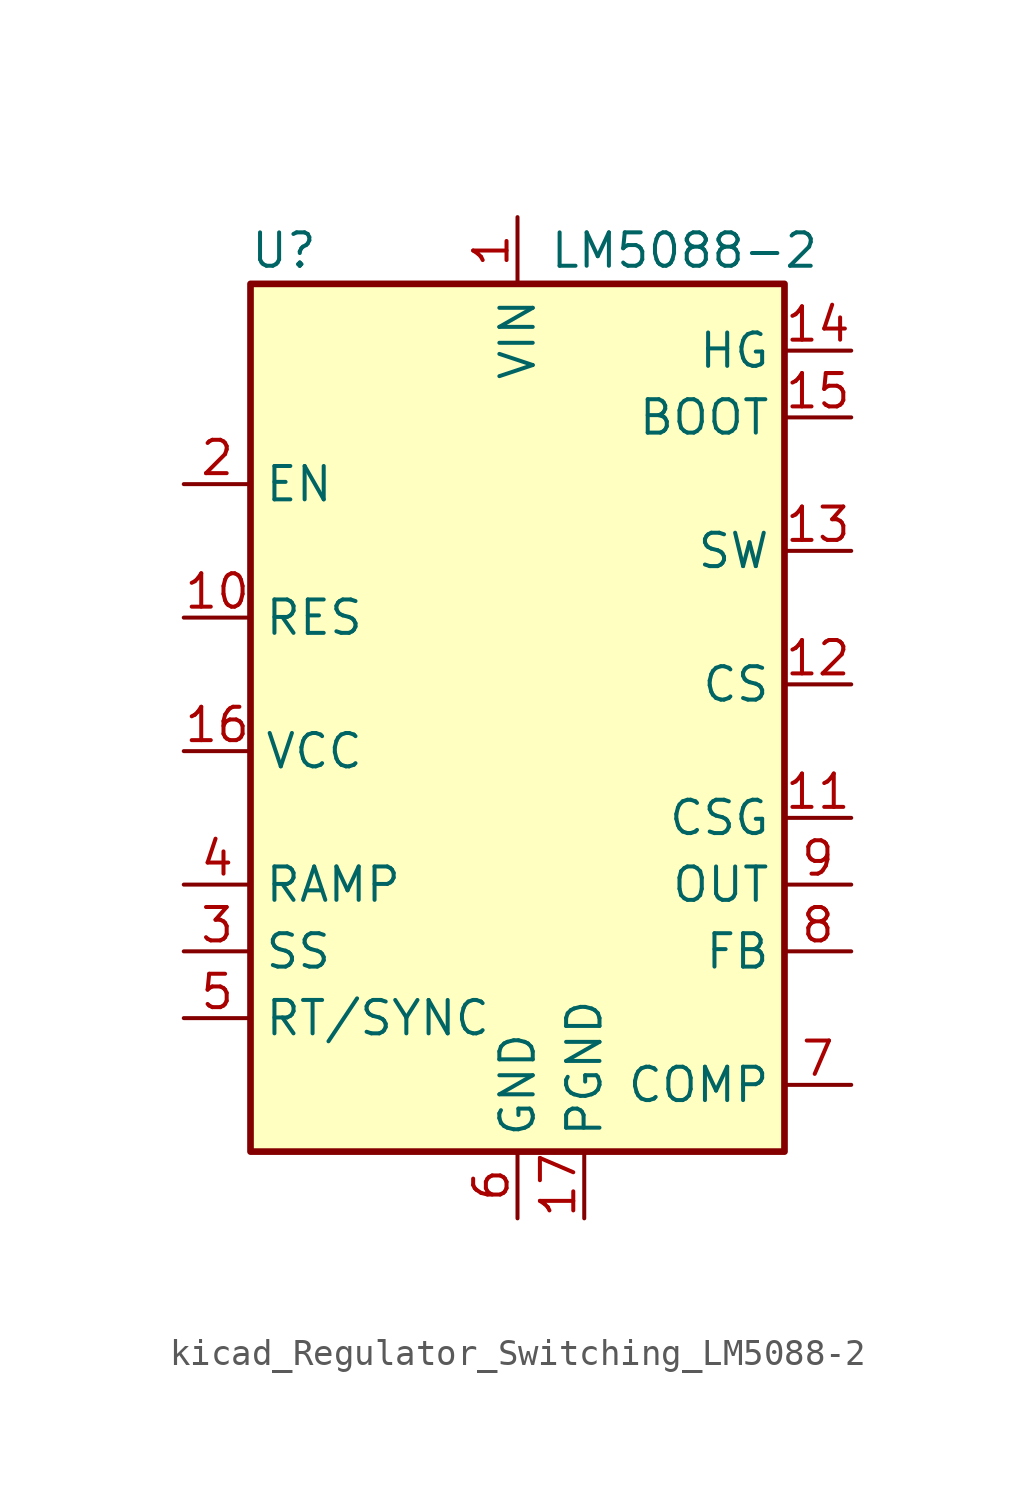
<source format=kicad_sym>
(kicad_symbol_lib
  (version 20220914)
  (generator kicad_symbol_editor)
  (symbol "kicad_Regulator_Switching_LM5088-2"
    (property "Reference" "U"
      (at -8.89 16.51 0)
      (effects (font (size 1.27 1.27))))
    (property "Value" "LM5088-2"
      (at 6.35 16.51 0)
      (effects (font (size 1.27 1.27))))
    (symbol "kicad_Regulator_Switching_LM5088-2_0_1"
      (rectangle (start -10.16 15.24) (end 10.16 -17.78) (stroke (width 0.254) (type default)) (fill (type background))))
    (symbol "kicad_Regulator_Switching_LM5088-2_1_1"
      (pin power_in line (at 0 17.78 270) (length 2.54) (name "VIN" (effects (font (size 1.27 1.27)))) (number "1" (effects (font (size 1.27 1.27)))))
      (pin passive line (at -12.7 2.54 0) (length 2.54) (name "RES" (effects (font (size 1.27 1.27)))) (number "10" (effects (font (size 1.27 1.27)))))
      (pin passive line (at 12.7 -5.08 180) (length 2.54) (name "CSG" (effects (font (size 1.27 1.27)))) (number "11" (effects (font (size 1.27 1.27)))))
      (pin input line (at 12.7 0 180) (length 2.54) (name "CS" (effects (font (size 1.27 1.27)))) (number "12" (effects (font (size 1.27 1.27)))))
      (pin output line (at 12.7 5.08 180) (length 2.54) (name "SW" (effects (font (size 1.27 1.27)))) (number "13" (effects (font (size 1.27 1.27)))))
      (pin output line (at 12.7 12.7 180) (length 2.54) (name "HG" (effects (font (size 1.27 1.27)))) (number "14" (effects (font (size 1.27 1.27)))))
      (pin passive line (at 12.7 10.16 180) (length 2.54) (name "BOOT" (effects (font (size 1.27 1.27)))) (number "15" (effects (font (size 1.27 1.27)))))
      (pin power_out line (at -12.7 -2.54 0) (length 2.54) (name "VCC" (effects (font (size 1.27 1.27)))) (number "16" (effects (font (size 1.27 1.27)))))
      (pin passive line (at 2.54 -20.32 90) (length 2.54) (name "PGND" (effects (font (size 1.27 1.27)))) (number "17" (effects (font (size 1.27 1.27)))))
      (pin input line (at -12.7 7.62 0) (length 2.54) (name "EN" (effects (font (size 1.27 1.27)))) (number "2" (effects (font (size 1.27 1.27)))))
      (pin input line (at -12.7 -10.16 0) (length 2.54) (name "SS" (effects (font (size 1.27 1.27)))) (number "3" (effects (font (size 1.27 1.27)))))
      (pin passive line (at -12.7 -7.62 0) (length 2.54) (name "RAMP" (effects (font (size 1.27 1.27)))) (number "4" (effects (font (size 1.27 1.27)))))
      (pin passive line (at -12.7 -12.7 0) (length 2.54) (name "RT/SYNC" (effects (font (size 1.27 1.27)))) (number "5" (effects (font (size 1.27 1.27)))))
      (pin power_in line (at 0 -20.32 90) (length 2.54) (name "GND" (effects (font (size 1.27 1.27)))) (number "6" (effects (font (size 1.27 1.27)))))
      (pin passive line (at 12.7 -15.24 180) (length 2.54) (name "COMP" (effects (font (size 1.27 1.27)))) (number "7" (effects (font (size 1.27 1.27)))))
      (pin input line (at 12.7 -10.16 180) (length 2.54) (name "FB" (effects (font (size 1.27 1.27)))) (number "8" (effects (font (size 1.27 1.27)))))
      (pin input line (at 12.7 -7.62 180) (length 2.54) (name "OUT" (effects (font (size 1.27 1.27)))) (number "9" (effects (font (size 1.27 1.27))))))))
</source>
